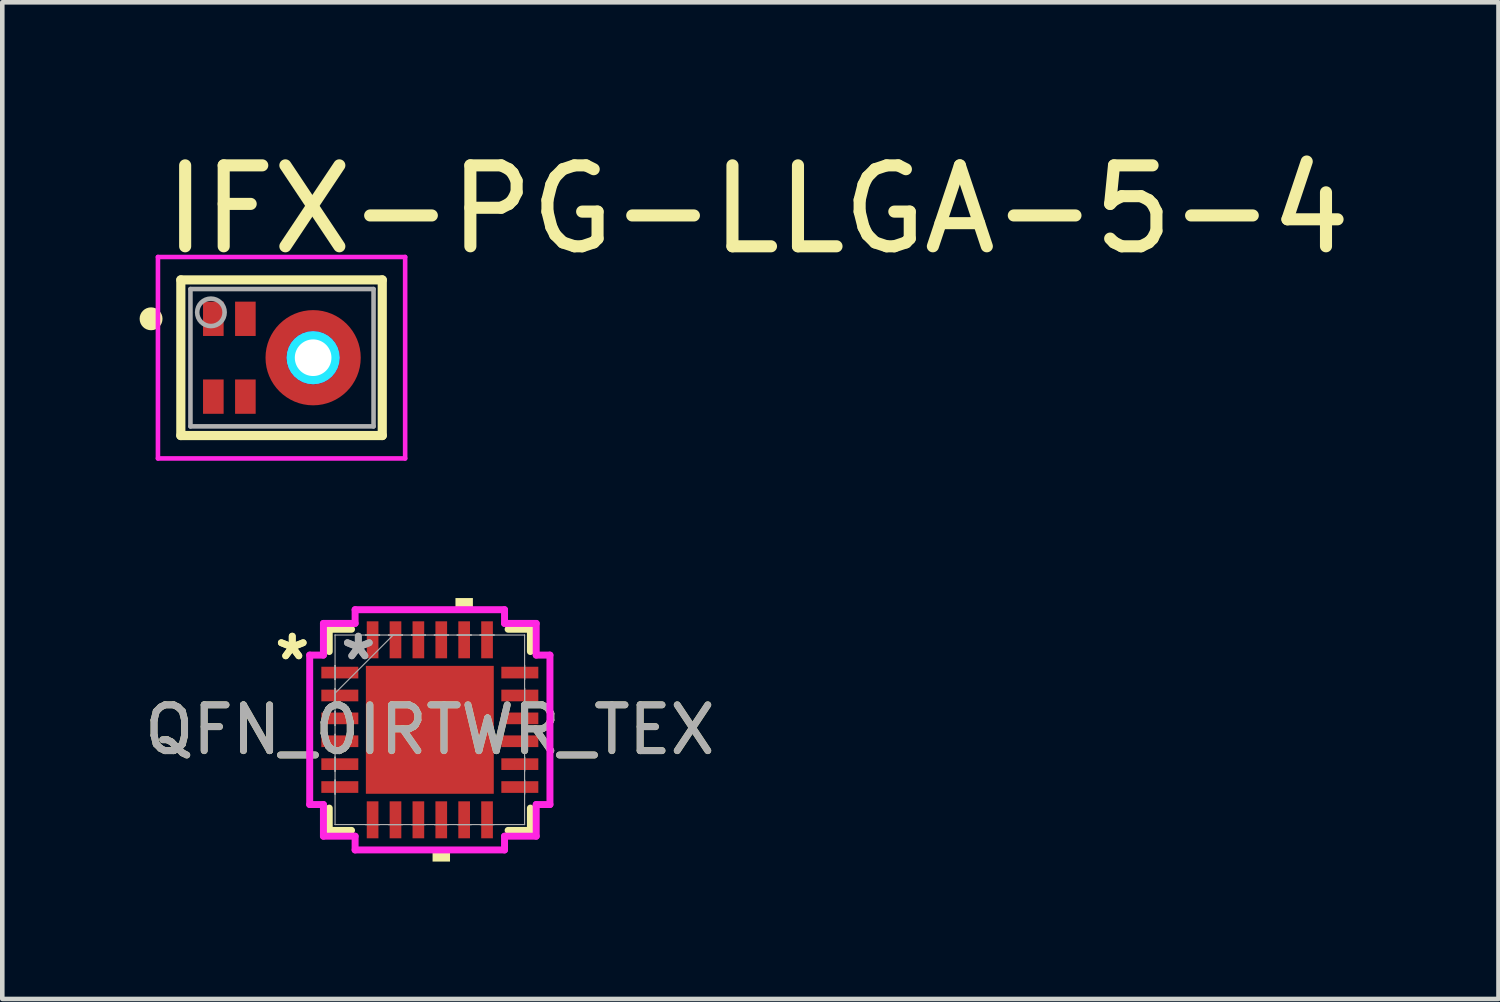
<source format=kicad_pcb>
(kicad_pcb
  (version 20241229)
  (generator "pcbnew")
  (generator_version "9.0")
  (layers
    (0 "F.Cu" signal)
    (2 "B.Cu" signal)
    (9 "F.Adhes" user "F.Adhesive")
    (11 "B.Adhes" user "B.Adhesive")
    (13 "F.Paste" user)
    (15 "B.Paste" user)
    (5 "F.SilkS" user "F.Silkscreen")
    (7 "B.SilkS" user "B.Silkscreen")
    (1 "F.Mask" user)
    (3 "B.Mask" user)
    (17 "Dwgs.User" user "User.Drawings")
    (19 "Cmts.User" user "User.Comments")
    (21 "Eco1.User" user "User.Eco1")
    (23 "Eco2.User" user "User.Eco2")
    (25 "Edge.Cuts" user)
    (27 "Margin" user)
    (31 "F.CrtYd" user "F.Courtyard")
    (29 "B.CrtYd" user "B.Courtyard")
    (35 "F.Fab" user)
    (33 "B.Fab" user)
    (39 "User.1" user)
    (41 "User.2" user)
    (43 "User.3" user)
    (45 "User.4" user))
  (footprint "QFN_0IRTWR_TEX"
    (layer "F.Cu")
    (at 6.339 12.892)
    (property "Reference" "QFN_0IRTWR_TEX" (at 0 0 0) (unlocked yes) (layer "F.SilkS") (effects (font (size 1 1) (thickness 0.15))))
    (attr smd)
    (fp_line (start -2.197 -2.197) (end -2.197 -1.71) (stroke (width 0.152) (type solid)) (layer "F.SilkS"))
    (fp_line (start -2.197 1.71) (end -2.197 2.197) (stroke (width 0.152) (type solid)) (layer "F.SilkS"))
    (fp_line (start -2.197 2.197) (end -1.71 2.197) (stroke (width 0.152) (type solid)) (layer "F.SilkS"))
    (fp_line (start -1.71 -2.197) (end -2.197 -2.197) (stroke (width 0.152) (type solid)) (layer "F.SilkS"))
    (fp_line (start 1.71 2.197) (end 2.197 2.197) (stroke (width 0.152) (type solid)) (layer "F.SilkS"))
    (fp_line (start 2.197 -2.197) (end 1.71 -2.197) (stroke (width 0.152) (type solid)) (layer "F.SilkS"))
    (fp_line (start 2.197 -1.71) (end 2.197 -2.197) (stroke (width 0.152) (type solid)) (layer "F.SilkS"))
    (fp_line (start 2.197 2.197) (end 2.197 1.71) (stroke (width 0.152) (type solid)) (layer "F.SilkS"))
    (fp_poly (pts (xy 0.06 2.624) (xy 0.06 2.878) (xy 0.441 2.878) (xy 0.441 2.624)) (stroke (width 0) (type solid)) (fill yes) (layer "F.SilkS"))
    (fp_poly (pts (xy 0.56 -2.624) (xy 0.56 -2.878) (xy 0.941 -2.878) (xy 0.941 -2.624)) (stroke (width 0) (type solid)) (fill yes) (layer "F.SilkS"))
    (fp_poly (pts (xy -1.297 -1.297) (xy -1.297 -0.1) (xy -0.1 -0.1) (xy -0.1 -1.297)) (stroke (width 0) (type solid)) (fill yes) (layer "F.Paste"))
    (fp_poly (pts (xy -1.297 0.1) (xy -1.297 1.297) (xy -0.1 1.297) (xy -0.1 0.1)) (stroke (width 0) (type solid)) (fill yes) (layer "F.Paste"))
    (fp_poly (pts (xy 0.1 -1.297) (xy 0.1 -0.1) (xy 1.297 -0.1) (xy 1.297 -1.297)) (stroke (width 0) (type solid)) (fill yes) (layer "F.Paste"))
    (fp_poly (pts (xy 0.1 0.1) (xy 0.1 1.297) (xy 1.297 1.297) (xy 1.297 0.1)) (stroke (width 0) (type solid)) (fill yes) (layer "F.Paste"))
    (fp_line (start -2.624 -1.632) (end -2.324 -1.632) (stroke (width 0.152) (type solid)) (layer "F.CrtYd"))
    (fp_line (start -2.624 1.632) (end -2.624 -1.632) (stroke (width 0.152) (type solid)) (layer "F.CrtYd"))
    (fp_line (start -2.324 -2.324) (end -1.632 -2.324) (stroke (width 0.152) (type solid)) (layer "F.CrtYd"))
    (fp_line (start -2.324 -1.632) (end -2.324 -2.324) (stroke (width 0.152) (type solid)) (layer "F.CrtYd"))
    (fp_line (start -2.324 1.632) (end -2.624 1.632) (stroke (width 0.152) (type solid)) (layer "F.CrtYd"))
    (fp_line (start -2.324 2.324) (end -2.324 1.632) (stroke (width 0.152) (type solid)) (layer "F.CrtYd"))
    (fp_line (start -1.632 -2.624) (end 1.632 -2.624) (stroke (width 0.152) (type solid)) (layer "F.CrtYd"))
    (fp_line (start -1.632 -2.324) (end -1.632 -2.624) (stroke (width 0.152) (type solid)) (layer "F.CrtYd"))
    (fp_line (start -1.632 2.324) (end -2.324 2.324) (stroke (width 0.152) (type solid)) (layer "F.CrtYd"))
    (fp_line (start -1.632 2.624) (end -1.632 2.324) (stroke (width 0.152) (type solid)) (layer "F.CrtYd"))
    (fp_line (start 1.632 -2.624) (end 1.632 -2.324) (stroke (width 0.152) (type solid)) (layer "F.CrtYd"))
    (fp_line (start 1.632 -2.324) (end 2.324 -2.324) (stroke (width 0.152) (type solid)) (layer "F.CrtYd"))
    (fp_line (start 1.632 2.324) (end 1.632 2.624) (stroke (width 0.152) (type solid)) (layer "F.CrtYd"))
    (fp_line (start 1.632 2.624) (end -1.632 2.624) (stroke (width 0.152) (type solid)) (layer "F.CrtYd"))
    (fp_line (start 2.324 -2.324) (end 2.324 -1.632) (stroke (width 0.152) (type solid)) (layer "F.CrtYd"))
    (fp_line (start 2.324 -1.632) (end 2.624 -1.632) (stroke (width 0.152) (type solid)) (layer "F.CrtYd"))
    (fp_line (start 2.324 1.632) (end 2.324 2.324) (stroke (width 0.152) (type solid)) (layer "F.CrtYd"))
    (fp_line (start 2.324 2.324) (end 1.632 2.324) (stroke (width 0.152) (type solid)) (layer "F.CrtYd"))
    (fp_line (start 2.624 -1.632) (end 2.624 1.632) (stroke (width 0.152) (type solid)) (layer "F.CrtYd"))
    (fp_line (start 2.624 1.632) (end 2.324 1.632) (stroke (width 0.152) (type solid)) (layer "F.CrtYd"))
    (fp_line (start -2.07 -2.07) (end -2.07 -2.07) (stroke (width 0.025) (type solid)) (layer "F.Fab"))
    (fp_line (start -2.07 -2.07) (end -2.07 2.07) (stroke (width 0.025) (type solid)) (layer "F.Fab"))
    (fp_line (start -2.07 -1.403) (end -2.07 -1.403) (stroke (width 0.025) (type solid)) (layer "F.Fab"))
    (fp_line (start -2.07 -1.403) (end -2.07 -1.098) (stroke (width 0.025) (type solid)) (layer "F.Fab"))
    (fp_line (start -2.07 -1.098) (end -2.07 -1.403) (stroke (width 0.025) (type solid)) (layer "F.Fab"))
    (fp_line (start -2.07 -1.098) (end -2.07 -1.098) (stroke (width 0.025) (type solid)) (layer "F.Fab"))
    (fp_line (start -2.07 -0.903) (end -2.07 -0.903) (stroke (width 0.025) (type solid)) (layer "F.Fab"))
    (fp_line (start -2.07 -0.903) (end -2.07 -0.598) (stroke (width 0.025) (type solid)) (layer "F.Fab"))
    (fp_line (start -2.07 -0.8) (end -0.8 -2.07) (stroke (width 0.025) (type solid)) (layer "F.Fab"))
    (fp_line (start -2.07 -0.598) (end -2.07 -0.903) (stroke (width 0.025) (type solid)) (layer "F.Fab"))
    (fp_line (start -2.07 -0.598) (end -2.07 -0.598) (stroke (width 0.025) (type solid)) (layer "F.Fab"))
    (fp_line (start -2.07 -0.402) (end -2.07 -0.402) (stroke (width 0.025) (type solid)) (layer "F.Fab"))
    (fp_line (start -2.07 -0.402) (end -2.07 -0.098) (stroke (width 0.025) (type solid)) (layer "F.Fab"))
    (fp_line (start -2.07 -0.098) (end -2.07 -0.402) (stroke (width 0.025) (type solid)) (layer "F.Fab"))
    (fp_line (start -2.07 -0.098) (end -2.07 -0.098) (stroke (width 0.025) (type solid)) (layer "F.Fab"))
    (fp_line (start -2.07 0.098) (end -2.07 0.098) (stroke (width 0.025) (type solid)) (layer "F.Fab"))
    (fp_line (start -2.07 0.098) (end -2.07 0.402) (stroke (width 0.025) (type solid)) (layer "F.Fab"))
    (fp_line (start -2.07 0.402) (end -2.07 0.098) (stroke (width 0.025) (type solid)) (layer "F.Fab"))
    (fp_line (start -2.07 0.402) (end -2.07 0.402) (stroke (width 0.025) (type solid)) (layer "F.Fab"))
    (fp_line (start -2.07 0.598) (end -2.07 0.598) (stroke (width 0.025) (type solid)) (layer "F.Fab"))
    (fp_line (start -2.07 0.598) (end -2.07 0.903) (stroke (width 0.025) (type solid)) (layer "F.Fab"))
    (fp_line (start -2.07 0.903) (end -2.07 0.598) (stroke (width 0.025) (type solid)) (layer "F.Fab"))
    (fp_line (start -2.07 0.903) (end -2.07 0.903) (stroke (width 0.025) (type solid)) (layer "F.Fab"))
    (fp_line (start -2.07 1.098) (end -2.07 1.098) (stroke (width 0.025) (type solid)) (layer "F.Fab"))
    (fp_line (start -2.07 1.098) (end -2.07 1.403) (stroke (width 0.025) (type solid)) (layer "F.Fab"))
    (fp_line (start -2.07 1.403) (end -2.07 1.098) (stroke (width 0.025) (type solid)) (layer "F.Fab"))
    (fp_line (start -2.07 1.403) (end -2.07 1.403) (stroke (width 0.025) (type solid)) (layer "F.Fab"))
    (fp_line (start -2.07 2.07) (end -2.07 2.07) (stroke (width 0.025) (type solid)) (layer "F.Fab"))
    (fp_line (start -2.07 2.07) (end 2.07 2.07) (stroke (width 0.025) (type solid)) (layer "F.Fab"))
    (fp_line (start -1.403 -2.07) (end -1.403 -2.07) (stroke (width 0.025) (type solid)) (layer "F.Fab"))
    (fp_line (start -1.403 -2.07) (end -1.098 -2.07) (stroke (width 0.025) (type solid)) (layer "F.Fab"))
    (fp_line (start -1.403 2.07) (end -1.403 2.07) (stroke (width 0.025) (type solid)) (layer "F.Fab"))
    (fp_line (start -1.403 2.07) (end -1.098 2.07) (stroke (width 0.025) (type solid)) (layer "F.Fab"))
    (fp_line (start -1.098 -2.07) (end -1.403 -2.07) (stroke (width 0.025) (type solid)) (layer "F.Fab"))
    (fp_line (start -1.098 -2.07) (end -1.098 -2.07) (stroke (width 0.025) (type solid)) (layer "F.Fab"))
    (fp_line (start -1.098 2.07) (end -1.403 2.07) (stroke (width 0.025) (type solid)) (layer "F.Fab"))
    (fp_line (start -1.098 2.07) (end -1.098 2.07) (stroke (width 0.025) (type solid)) (layer "F.Fab"))
    (fp_line (start -0.903 -2.07) (end -0.903 -2.07) (stroke (width 0.025) (type solid)) (layer "F.Fab"))
    (fp_line (start -0.903 -2.07) (end -0.598 -2.07) (stroke (width 0.025) (type solid)) (layer "F.Fab"))
    (fp_line (start -0.903 2.07) (end -0.903 2.07) (stroke (width 0.025) (type solid)) (layer "F.Fab"))
    (fp_line (start -0.903 2.07) (end -0.598 2.07) (stroke (width 0.025) (type solid)) (layer "F.Fab"))
    (fp_line (start -0.598 -2.07) (end -0.903 -2.07) (stroke (width 0.025) (type solid)) (layer "F.Fab"))
    (fp_line (start -0.598 -2.07) (end -0.598 -2.07) (stroke (width 0.025) (type solid)) (layer "F.Fab"))
    (fp_line (start -0.598 2.07) (end -0.903 2.07) (stroke (width 0.025) (type solid)) (layer "F.Fab"))
    (fp_line (start -0.598 2.07) (end -0.598 2.07) (stroke (width 0.025) (type solid)) (layer "F.Fab"))
    (fp_line (start -0.402 -2.07) (end -0.402 -2.07) (stroke (width 0.025) (type solid)) (layer "F.Fab"))
    (fp_line (start -0.402 -2.07) (end -0.098 -2.07) (stroke (width 0.025) (type solid)) (layer "F.Fab"))
    (fp_line (start -0.402 2.07) (end -0.402 2.07) (stroke (width 0.025) (type solid)) (layer "F.Fab"))
    (fp_line (start -0.402 2.07) (end -0.098 2.07) (stroke (width 0.025) (type solid)) (layer "F.Fab"))
    (fp_line (start -0.098 -2.07) (end -0.402 -2.07) (stroke (width 0.025) (type solid)) (layer "F.Fab"))
    (fp_line (start -0.098 -2.07) (end -0.098 -2.07) (stroke (width 0.025) (type solid)) (layer "F.Fab"))
    (fp_line (start -0.098 2.07) (end -0.402 2.07) (stroke (width 0.025) (type solid)) (layer "F.Fab"))
    (fp_line (start -0.098 2.07) (end -0.098 2.07) (stroke (width 0.025) (type solid)) (layer "F.Fab"))
    (fp_line (start 0.098 -2.07) (end 0.098 -2.07) (stroke (width 0.025) (type solid)) (layer "F.Fab"))
    (fp_line (start 0.098 -2.07) (end 0.402 -2.07) (stroke (width 0.025) (type solid)) (layer "F.Fab"))
    (fp_line (start 0.098 2.07) (end 0.098 2.07) (stroke (width 0.025) (type solid)) (layer "F.Fab"))
    (fp_line (start 0.098 2.07) (end 0.402 2.07) (stroke (width 0.025) (type solid)) (layer "F.Fab"))
    (fp_line (start 0.402 -2.07) (end 0.098 -2.07) (stroke (width 0.025) (type solid)) (layer "F.Fab"))
    (fp_line (start 0.402 -2.07) (end 0.402 -2.07) (stroke (width 0.025) (type solid)) (layer "F.Fab"))
    (fp_line (start 0.402 2.07) (end 0.098 2.07) (stroke (width 0.025) (type solid)) (layer "F.Fab"))
    (fp_line (start 0.402 2.07) (end 0.402 2.07) (stroke (width 0.025) (type solid)) (layer "F.Fab"))
    (fp_line (start 0.598 -2.07) (end 0.598 -2.07) (stroke (width 0.025) (type solid)) (layer "F.Fab"))
    (fp_line (start 0.598 -2.07) (end 0.903 -2.07) (stroke (width 0.025) (type solid)) (layer "F.Fab"))
    (fp_line (start 0.598 2.07) (end 0.598 2.07) (stroke (width 0.025) (type solid)) (layer "F.Fab"))
    (fp_line (start 0.598 2.07) (end 0.903 2.07) (stroke (width 0.025) (type solid)) (layer "F.Fab"))
    (fp_line (start 0.903 -2.07) (end 0.598 -2.07) (stroke (width 0.025) (type solid)) (layer "F.Fab"))
    (fp_line (start 0.903 -2.07) (end 0.903 -2.07) (stroke (width 0.025) (type solid)) (layer "F.Fab"))
    (fp_line (start 0.903 2.07) (end 0.598 2.07) (stroke (width 0.025) (type solid)) (layer "F.Fab"))
    (fp_line (start 0.903 2.07) (end 0.903 2.07) (stroke (width 0.025) (type solid)) (layer "F.Fab"))
    (fp_line (start 1.098 -2.07) (end 1.098 -2.07) (stroke (width 0.025) (type solid)) (layer "F.Fab"))
    (fp_line (start 1.098 -2.07) (end 1.403 -2.07) (stroke (width 0.025) (type solid)) (layer "F.Fab"))
    (fp_line (start 1.098 2.07) (end 1.098 2.07) (stroke (width 0.025) (type solid)) (layer "F.Fab"))
    (fp_line (start 1.098 2.07) (end 1.403 2.07) (stroke (width 0.025) (type solid)) (layer "F.Fab"))
    (fp_line (start 1.403 -2.07) (end 1.098 -2.07) (stroke (width 0.025) (type solid)) (layer "F.Fab"))
    (fp_line (start 1.403 -2.07) (end 1.403 -2.07) (stroke (width 0.025) (type solid)) (layer "F.Fab"))
    (fp_line (start 1.403 2.07) (end 1.098 2.07) (stroke (width 0.025) (type solid)) (layer "F.Fab"))
    (fp_line (start 1.403 2.07) (end 1.403 2.07) (stroke (width 0.025) (type solid)) (layer "F.Fab"))
    (fp_line (start 2.07 -2.07) (end -2.07 -2.07) (stroke (width 0.025) (type solid)) (layer "F.Fab"))
    (fp_line (start 2.07 -2.07) (end 2.07 -2.07) (stroke (width 0.025) (type solid)) (layer "F.Fab"))
    (fp_line (start 2.07 -1.403) (end 2.07 -1.403) (stroke (width 0.025) (type solid)) (layer "F.Fab"))
    (fp_line (start 2.07 -1.403) (end 2.07 -1.098) (stroke (width 0.025) (type solid)) (layer "F.Fab"))
    (fp_line (start 2.07 -1.098) (end 2.07 -1.403) (stroke (width 0.025) (type solid)) (layer "F.Fab"))
    (fp_line (start 2.07 -1.098) (end 2.07 -1.098) (stroke (width 0.025) (type solid)) (layer "F.Fab"))
    (fp_line (start 2.07 -0.903) (end 2.07 -0.903) (stroke (width 0.025) (type solid)) (layer "F.Fab"))
    (fp_line (start 2.07 -0.903) (end 2.07 -0.598) (stroke (width 0.025) (type solid)) (layer "F.Fab"))
    (fp_line (start 2.07 -0.598) (end 2.07 -0.903) (stroke (width 0.025) (type solid)) (layer "F.Fab"))
    (fp_line (start 2.07 -0.598) (end 2.07 -0.598) (stroke (width 0.025) (type solid)) (layer "F.Fab"))
    (fp_line (start 2.07 -0.402) (end 2.07 -0.402) (stroke (width 0.025) (type solid)) (layer "F.Fab"))
    (fp_line (start 2.07 -0.402) (end 2.07 -0.098) (stroke (width 0.025) (type solid)) (layer "F.Fab"))
    (fp_line (start 2.07 -0.098) (end 2.07 -0.402) (stroke (width 0.025) (type solid)) (layer "F.Fab"))
    (fp_line (start 2.07 -0.098) (end 2.07 -0.098) (stroke (width 0.025) (type solid)) (layer "F.Fab"))
    (fp_line (start 2.07 0.098) (end 2.07 0.098) (stroke (width 0.025) (type solid)) (layer "F.Fab"))
    (fp_line (start 2.07 0.098) (end 2.07 0.402) (stroke (width 0.025) (type solid)) (layer "F.Fab"))
    (fp_line (start 2.07 0.402) (end 2.07 0.098) (stroke (width 0.025) (type solid)) (layer "F.Fab"))
    (fp_line (start 2.07 0.402) (end 2.07 0.402) (stroke (width 0.025) (type solid)) (layer "F.Fab"))
    (fp_line (start 2.07 0.598) (end 2.07 0.598) (stroke (width 0.025) (type solid)) (layer "F.Fab"))
    (fp_line (start 2.07 0.598) (end 2.07 0.903) (stroke (width 0.025) (type solid)) (layer "F.Fab"))
    (fp_line (start 2.07 0.903) (end 2.07 0.598) (stroke (width 0.025) (type solid)) (layer "F.Fab"))
    (fp_line (start 2.07 0.903) (end 2.07 0.903) (stroke (width 0.025) (type solid)) (layer "F.Fab"))
    (fp_line (start 2.07 1.098) (end 2.07 1.098) (stroke (width 0.025) (type solid)) (layer "F.Fab"))
    (fp_line (start 2.07 1.098) (end 2.07 1.403) (stroke (width 0.025) (type solid)) (layer "F.Fab"))
    (fp_line (start 2.07 1.403) (end 2.07 1.098) (stroke (width 0.025) (type solid)) (layer "F.Fab"))
    (fp_line (start 2.07 1.403) (end 2.07 1.403) (stroke (width 0.025) (type solid)) (layer "F.Fab"))
    (fp_line (start 2.07 2.07) (end 2.07 -2.07) (stroke (width 0.025) (type solid)) (layer "F.Fab"))
    (fp_line (start 2.07 2.07) (end 2.07 2.07) (stroke (width 0.025) (type solid)) (layer "F.Fab"))
    (fp_text user "*" (at -3.005 -1.5 0) (unlocked yes) (layer "F.SilkS") (effects (font (size 1 1) (thickness 0.15))))
    (fp_text user "*" (at -3.005 -1.5 0) (layer "F.SilkS") (effects (font (size 1 1) (thickness 0.15))))
    (fp_text user "*" (at -1.562 -1.5 0) (unlocked yes) (layer "F.Fab") (effects (font (size 1 1) (thickness 0.15))))
    (fp_text user "*" (at -1.562 -1.5 0) (layer "F.Fab") (effects (font (size 1 1) (thickness 0.15))))
    (fp_text user "${REFERENCE}" (at 0 0 0) (unlocked yes) (layer "F.Fab") (effects (font (size 1 1) (thickness 0.15))))
    (pad "1" smd rect (at -1.966 -1.25 90) (size 0.255 0.808) (layers "F.Cu" "F.Mask" "F.Paste"))
    (pad "2" smd rect (at -1.966 -0.75 90) (size 0.255 0.808) (layers "F.Cu" "F.Mask" "F.Paste"))
    (pad "3" smd rect (at -1.966 -0.25 90) (size 0.255 0.808) (layers "F.Cu" "F.Mask" "F.Paste"))
    (pad "4" smd rect (at -1.966 0.25 90) (size 0.255 0.808) (layers "F.Cu" "F.Mask" "F.Paste"))
    (pad "5" smd rect (at -1.966 0.75 90) (size 0.255 0.808) (layers "F.Cu" "F.Mask" "F.Paste"))
    (pad "6" smd rect (at -1.966 1.25 90) (size 0.255 0.808) (layers "F.Cu" "F.Mask" "F.Paste"))
    (pad "7" smd rect (at -1.25 1.966) (size 0.255 0.808) (layers "F.Cu" "F.Mask" "F.Paste"))
    (pad "8" smd rect (at -0.75 1.966) (size 0.255 0.808) (layers "F.Cu" "F.Mask" "F.Paste"))
    (pad "9" smd rect (at -0.25 1.966) (size 0.255 0.808) (layers "F.Cu" "F.Mask" "F.Paste"))
    (pad "10" smd rect (at 0.25 1.966) (size 0.255 0.808) (layers "F.Cu" "F.Mask" "F.Paste"))
    (pad "11" smd rect (at 0.75 1.966) (size 0.255 0.808) (layers "F.Cu" "F.Mask" "F.Paste"))
    (pad "12" smd rect (at 1.25 1.966) (size 0.255 0.808) (layers "F.Cu" "F.Mask" "F.Paste"))
    (pad "13" smd rect (at 1.966 1.25 90) (size 0.255 0.808) (layers "F.Cu" "F.Mask" "F.Paste"))
    (pad "14" smd rect (at 1.966 0.75 90) (size 0.255 0.808) (layers "F.Cu" "F.Mask" "F.Paste"))
    (pad "15" smd rect (at 1.966 0.25 90) (size 0.255 0.808) (layers "F.Cu" "F.Mask" "F.Paste"))
    (pad "16" smd rect (at 1.966 -0.25 90) (size 0.255 0.808) (layers "F.Cu" "F.Mask" "F.Paste"))
    (pad "17" smd rect (at 1.966 -0.75 90) (size 0.255 0.808) (layers "F.Cu" "F.Mask" "F.Paste"))
    (pad "18" smd rect (at 1.966 -1.25 90) (size 0.255 0.808) (layers "F.Cu" "F.Mask" "F.Paste"))
    (pad "19" smd rect (at 1.25 -1.966) (size 0.255 0.808) (layers "F.Cu" "F.Mask" "F.Paste"))
    (pad "20" smd rect (at 0.75 -1.966) (size 0.255 0.808) (layers "F.Cu" "F.Mask" "F.Paste"))
    (pad "21" smd rect (at 0.25 -1.966) (size 0.255 0.808) (layers "F.Cu" "F.Mask" "F.Paste"))
    (pad "22" smd rect (at -0.25 -1.966) (size 0.255 0.808) (layers "F.Cu" "F.Mask" "F.Paste"))
    (pad "23" smd rect (at -0.75 -1.966) (size 0.255 0.808) (layers "F.Cu" "F.Mask" "F.Paste"))
    (pad "24" smd rect (at -1.25 -1.966) (size 0.255 0.808) (layers "F.Cu" "F.Mask" "F.Paste"))
    (pad "25" smd rect (at 0 0) (size 2.794 2.794) (layers "F.Cu" "F.Mask" "F.Paste")))
  (footprint "IFX-PG-LLGA-5-4"
    (layer "F.Cu")
    (at 2.7 4.764)
    (property "Reference" "IFX-PG-LLGA-5-4" (at -2.3 -2.204 0) (unlocked yes) (layer "F.SilkS") (effects (font (size 1.768 1.768) (thickness 0.264)) (justify left bottom)))
    (fp_circle (center 1.09 0) (end 1.9 0) (stroke (width 0.46) (type solid)) (fill no) (layer "F.Cu"))
    (fp_line (start -1.8 -1.7) (end 2.6 -1.7) (stroke (width 0.2) (type solid)) (layer "F.SilkS"))
    (fp_line (start -1.8 1.7) (end -1.8 -1.7) (stroke (width 0.2) (type solid)) (layer "F.SilkS"))
    (fp_line (start -1.8 1.7) (end 2.6 1.7) (stroke (width 0.2) (type solid)) (layer "F.SilkS"))
    (fp_line (start 2.6 1.7) (end 2.6 -1.7) (stroke (width 0.2) (type solid)) (layer "F.SilkS"))
    (fp_circle (center -2.45 -0.85) (end -2.325 -0.85) (stroke (width 0.25) (type solid)) (fill no) (layer "F.SilkS"))
    (fp_line (start -1.09 -0.725) (end -1.09 -0.975) (stroke (width 0.4) (type solid)) (layer "F.Paste"))
    (fp_line (start -1.09 0.975) (end -1.09 0.726) (stroke (width 0.4) (type solid)) (layer "F.Paste"))
    (fp_line (start -0.39 -0.725) (end -0.39 -0.975) (stroke (width 0.4) (type solid)) (layer "F.Paste"))
    (fp_line (start -0.39 0.975) (end -0.39 0.726) (stroke (width 0.4) (type solid)) (layer "F.Paste"))
    (fp_arc (start 0.307481 0.166328) (mid 0.289999 0) (end 0.307481 -0.166328) (stroke (width 0.4) (type solid)) (layer "F.Paste"))
    (fp_arc (start 0.554696 -0.594515) (mid 0.690001 -0.692819) (end 0.842787 -0.760843) (stroke (width 0.4) (type solid)) (layer "F.Paste"))
    (fp_arc (start 0.842787 0.760843) (mid 0.690001 0.692819) (end 0.554696 0.594515) (stroke (width 0.4) (type solid)) (layer "F.Paste"))
    (fp_arc (start 1.337212 -0.760843) (mid 1.489998 -0.692819) (end 1.625303 -0.594515) (stroke (width 0.4) (type solid)) (layer "F.Paste"))
    (fp_arc (start 1.625303 0.594515) (mid 1.489998 0.692819) (end 1.337212 0.760843) (stroke (width 0.4) (type solid)) (layer "F.Paste"))
    (fp_arc (start 1.872518 -0.166328) (mid 1.89 0) (end 1.872518 0.166328) (stroke (width 0.4) (type solid)) (layer "F.Paste"))
    (fp_circle (center 1.09 0) (end 1.38 0) (stroke (width 0.58) (type solid)) (fill no) (layer "B.CrtYd"))
    (fp_line (start -2.3 -2.2) (end 3.1 -2.2) (stroke (width 0.1) (type solid)) (layer "F.CrtYd"))
    (fp_line (start -2.3 2.2) (end -2.3 -2.2) (stroke (width 0.1) (type solid)) (layer "F.CrtYd"))
    (fp_line (start -2.3 2.2) (end 3.1 2.2) (stroke (width 0.1) (type solid)) (layer "F.CrtYd"))
    (fp_line (start 3.1 2.2) (end 3.1 -2.2) (stroke (width 0.1) (type solid)) (layer "F.CrtYd"))
    (fp_circle (center 1.09 0) (end 1.38 0) (stroke (width 0.58) (type solid)) (fill no) (layer "F.CrtYd"))
    (fp_line (start -1.59 -1.5) (end 2.41 -1.5) (stroke (width 0.1) (type solid)) (layer "F.Fab"))
    (fp_line (start -1.59 1.5) (end -1.59 -1.5) (stroke (width 0.1) (type solid)) (layer "F.Fab"))
    (fp_line (start -1.59 1.5) (end 2.41 1.5) (stroke (width 0.1) (type solid)) (layer "F.Fab"))
    (fp_line (start 2.41 1.5) (end 2.41 -1.5) (stroke (width 0.1) (type solid)) (layer "F.Fab"))
    (fp_circle (center -1.143 -0.991) (end -0.843 -0.991) (stroke (width 0.1) (type solid)) (fill no) (layer "F.Fab"))
    (pad "" np_thru_hole circle (at 1.09 0) (size 0.8 0.8) (drill 0.8) (layers "*.Cu" "*.Mask"))
    (pad "1" smd rect (at -1.09 -0.85) (size 0.45 0.75) (layers "F.Cu" "F.Mask"))
    (pad "2" smd rect (at -0.39 -0.85) (size 0.45 0.75) (layers "F.Cu" "F.Mask"))
    (pad "3" smd rect (at -1.09 0.85) (size 0.45 0.75) (layers "F.Cu" "F.Mask"))
    (pad "4" smd rect (at -0.39 0.85) (size 0.45 0.75) (layers "F.Cu" "F.Mask"))
    (pad "5" smd roundrect (at 0.285 0) (size 0.4 0.4) (layers "F.Cu" "F.Mask" "F.Paste") (roundrect_rratio 0.5)))
  (gr_rect
    (start -3 -3)
    (end 29.683 18.771)
    (stroke (width 0.1) (type default))
    (fill no)
    (layer "Edge.Cuts")))
</source>
